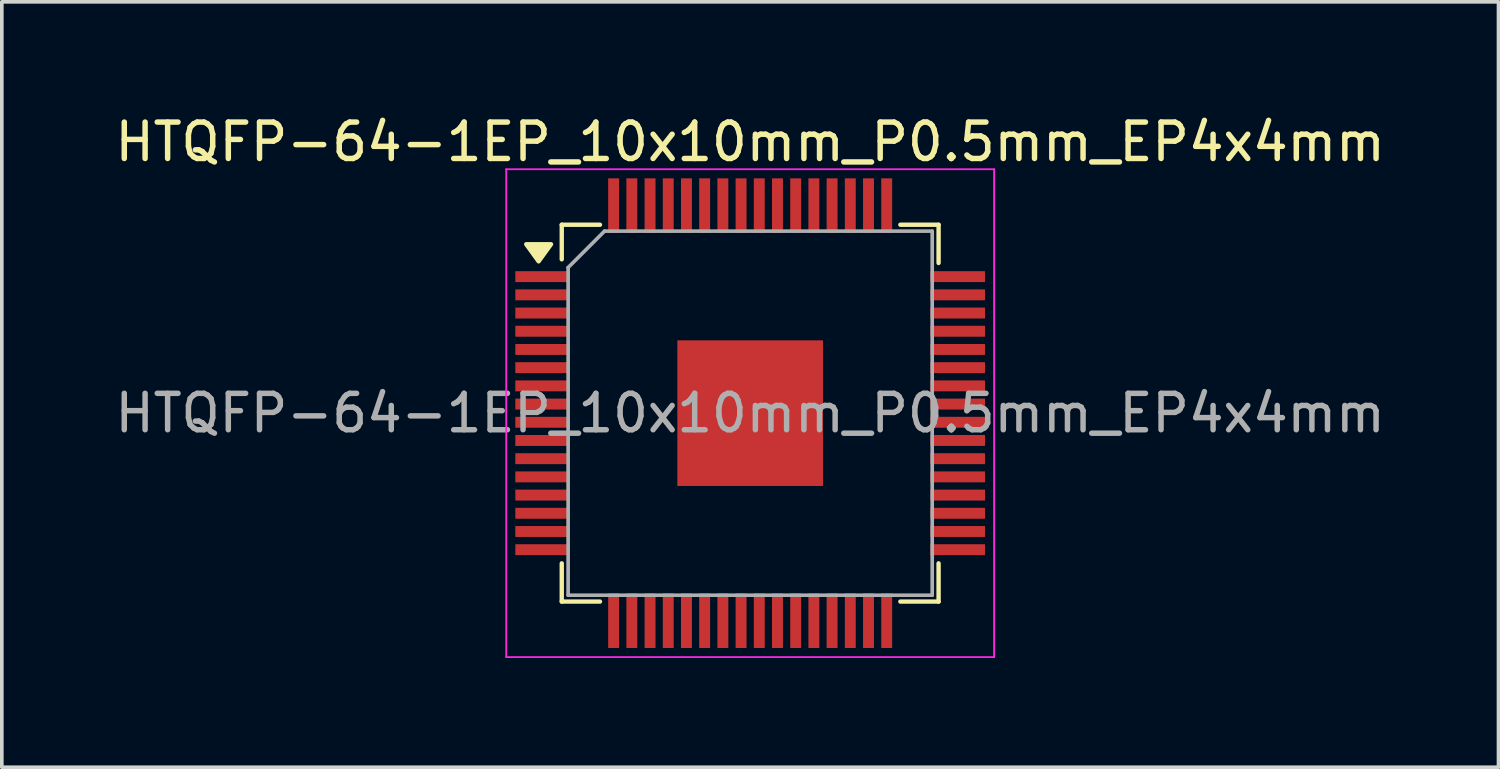
<source format=kicad_pcb>
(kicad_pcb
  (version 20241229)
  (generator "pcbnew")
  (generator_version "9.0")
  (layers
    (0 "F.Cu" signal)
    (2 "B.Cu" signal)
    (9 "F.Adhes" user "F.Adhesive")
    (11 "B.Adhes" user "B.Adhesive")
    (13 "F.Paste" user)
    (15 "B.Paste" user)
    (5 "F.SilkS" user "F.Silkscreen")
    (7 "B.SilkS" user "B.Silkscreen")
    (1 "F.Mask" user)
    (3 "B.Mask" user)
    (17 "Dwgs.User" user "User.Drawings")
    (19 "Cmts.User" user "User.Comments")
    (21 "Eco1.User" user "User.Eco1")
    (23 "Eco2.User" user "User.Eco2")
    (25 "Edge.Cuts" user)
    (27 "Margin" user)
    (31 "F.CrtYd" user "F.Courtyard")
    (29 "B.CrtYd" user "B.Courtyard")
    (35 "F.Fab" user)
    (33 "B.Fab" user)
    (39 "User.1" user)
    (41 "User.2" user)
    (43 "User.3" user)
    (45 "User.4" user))
  (footprint "HTQFP-64-1EP_10x10mm_P0.5mm_EP4x4mm"
    (layer "F.Cu")
    (at 17.554 8.298)
    (property "Reference" "HTQFP-64-1EP_10x10mm_P0.5mm_EP4x4mm" (at 0 -7.45 0) (layer "F.SilkS") (effects (font (size 1 1) (thickness 0.15))))
    (attr smd)
    (fp_line (start -5.175 -5.175) (end -5.175 -4.225) (stroke (width 0.12) (type solid)) (layer "F.SilkS"))
    (fp_line (start -5.175 -5.175) (end -4.125 -5.175) (stroke (width 0.12) (type solid)) (layer "F.SilkS"))
    (fp_line (start -5.175 5.175) (end -5.175 4.125) (stroke (width 0.12) (type solid)) (layer "F.SilkS"))
    (fp_line (start -5.175 5.175) (end -4.125 5.175) (stroke (width 0.12) (type solid)) (layer "F.SilkS"))
    (fp_line (start 5.175 -5.175) (end 4.125 -5.175) (stroke (width 0.12) (type solid)) (layer "F.SilkS"))
    (fp_line (start 5.175 -5.175) (end 5.175 -4.125) (stroke (width 0.12) (type solid)) (layer "F.SilkS"))
    (fp_line (start 5.175 5.175) (end 4.125 5.175) (stroke (width 0.12) (type solid)) (layer "F.SilkS"))
    (fp_line (start 5.175 5.175) (end 5.175 4.125) (stroke (width 0.12) (type solid)) (layer "F.SilkS"))
    (fp_poly (pts (xy -5.81 -4.17) (xy -6.15 -4.64) (xy -5.47 -4.64) (xy -5.81 -4.17)) (stroke (width 0.12) (type solid)) (fill yes) (layer "F.SilkS"))
    (fp_line (start -6.7 -6.7) (end -6.7 6.7) (stroke (width 0.05) (type solid)) (layer "F.CrtYd"))
    (fp_line (start -6.7 -6.7) (end 6.7 -6.7) (stroke (width 0.05) (type solid)) (layer "F.CrtYd"))
    (fp_line (start -6.7 6.7) (end 6.7 6.7) (stroke (width 0.05) (type solid)) (layer "F.CrtYd"))
    (fp_line (start 6.7 -6.7) (end 6.7 6.7) (stroke (width 0.05) (type solid)) (layer "F.CrtYd"))
    (fp_line (start -5 -4) (end -4 -5) (stroke (width 0.1) (type solid)) (layer "F.Fab"))
    (fp_line (start -5 5) (end -5 -4) (stroke (width 0.1) (type solid)) (layer "F.Fab"))
    (fp_line (start -4 -5) (end 5 -5) (stroke (width 0.1) (type solid)) (layer "F.Fab"))
    (fp_line (start 5 -5) (end 5 5) (stroke (width 0.1) (type solid)) (layer "F.Fab"))
    (fp_line (start 5 5) (end -5 5) (stroke (width 0.1) (type solid)) (layer "F.Fab"))
    (fp_text user "${REFERENCE}" (at 0 0 0) (layer "F.Fab") (effects (font (size 1 1) (thickness 0.15))))
    (pad "" smd rect (at -0.9 -0.9 180) (size 1.6 1.6) (layers "F.Paste"))
    (pad "" smd rect (at -0.9 0.9 180) (size 1.6 1.6) (layers "F.Paste"))
    (pad "" smd rect (at 0.9 -0.9 180) (size 1.6 1.6) (layers "F.Paste"))
    (pad "" smd rect (at 0.9 0.9 180) (size 1.6 1.6) (layers "F.Paste"))
    (pad "1" smd rect (at -5.7 -3.75) (size 1.5 0.3) (layers "F.Cu" "F.Mask" "F.Paste"))
    (pad "2" smd rect (at -5.7 -3.25) (size 1.5 0.3) (layers "F.Cu" "F.Mask" "F.Paste"))
    (pad "3" smd rect (at -5.7 -2.75) (size 1.5 0.3) (layers "F.Cu" "F.Mask" "F.Paste"))
    (pad "4" smd rect (at -5.7 -2.25) (size 1.5 0.3) (layers "F.Cu" "F.Mask" "F.Paste"))
    (pad "5" smd rect (at -5.7 -1.75) (size 1.5 0.3) (layers "F.Cu" "F.Mask" "F.Paste"))
    (pad "6" smd rect (at -5.7 -1.25) (size 1.5 0.3) (layers "F.Cu" "F.Mask" "F.Paste"))
    (pad "7" smd rect (at -5.7 -0.75) (size 1.5 0.3) (layers "F.Cu" "F.Mask" "F.Paste"))
    (pad "8" smd rect (at -5.7 -0.25) (size 1.5 0.3) (layers "F.Cu" "F.Mask" "F.Paste"))
    (pad "9" smd rect (at -5.7 0.25) (size 1.5 0.3) (layers "F.Cu" "F.Mask" "F.Paste"))
    (pad "10" smd rect (at -5.7 0.75) (size 1.5 0.3) (layers "F.Cu" "F.Mask" "F.Paste"))
    (pad "11" smd rect (at -5.7 1.25) (size 1.5 0.3) (layers "F.Cu" "F.Mask" "F.Paste"))
    (pad "12" smd rect (at -5.7 1.75) (size 1.5 0.3) (layers "F.Cu" "F.Mask" "F.Paste"))
    (pad "13" smd rect (at -5.7 2.25) (size 1.5 0.3) (layers "F.Cu" "F.Mask" "F.Paste"))
    (pad "14" smd rect (at -5.7 2.75) (size 1.5 0.3) (layers "F.Cu" "F.Mask" "F.Paste"))
    (pad "15" smd rect (at -5.7 3.25) (size 1.5 0.3) (layers "F.Cu" "F.Mask" "F.Paste"))
    (pad "16" smd rect (at -5.7 3.75) (size 1.5 0.3) (layers "F.Cu" "F.Mask" "F.Paste"))
    (pad "17" smd rect (at -3.75 5.7 90) (size 1.5 0.3) (layers "F.Cu" "F.Mask" "F.Paste"))
    (pad "18" smd rect (at -3.25 5.7 90) (size 1.5 0.3) (layers "F.Cu" "F.Mask" "F.Paste"))
    (pad "19" smd rect (at -2.75 5.7 90) (size 1.5 0.3) (layers "F.Cu" "F.Mask" "F.Paste"))
    (pad "20" smd rect (at -2.25 5.7 90) (size 1.5 0.3) (layers "F.Cu" "F.Mask" "F.Paste"))
    (pad "21" smd rect (at -1.75 5.7 90) (size 1.5 0.3) (layers "F.Cu" "F.Mask" "F.Paste"))
    (pad "22" smd rect (at -1.25 5.7 90) (size 1.5 0.3) (layers "F.Cu" "F.Mask" "F.Paste"))
    (pad "23" smd rect (at -0.75 5.7 90) (size 1.5 0.3) (layers "F.Cu" "F.Mask" "F.Paste"))
    (pad "24" smd rect (at -0.25 5.7 90) (size 1.5 0.3) (layers "F.Cu" "F.Mask" "F.Paste"))
    (pad "25" smd rect (at 0.25 5.7 90) (size 1.5 0.3) (layers "F.Cu" "F.Mask" "F.Paste"))
    (pad "26" smd rect (at 0.75 5.7 90) (size 1.5 0.3) (layers "F.Cu" "F.Mask" "F.Paste"))
    (pad "27" smd rect (at 1.25 5.7 90) (size 1.5 0.3) (layers "F.Cu" "F.Mask" "F.Paste"))
    (pad "28" smd rect (at 1.75 5.7 90) (size 1.5 0.3) (layers "F.Cu" "F.Mask" "F.Paste"))
    (pad "29" smd rect (at 2.25 5.7 90) (size 1.5 0.3) (layers "F.Cu" "F.Mask" "F.Paste"))
    (pad "30" smd rect (at 2.75 5.7 90) (size 1.5 0.3) (layers "F.Cu" "F.Mask" "F.Paste"))
    (pad "31" smd rect (at 3.25 5.7 90) (size 1.5 0.3) (layers "F.Cu" "F.Mask" "F.Paste"))
    (pad "32" smd rect (at 3.75 5.7 90) (size 1.5 0.3) (layers "F.Cu" "F.Mask" "F.Paste"))
    (pad "33" smd rect (at 5.7 3.75) (size 1.5 0.3) (layers "F.Cu" "F.Mask" "F.Paste"))
    (pad "34" smd rect (at 5.7 3.25) (size 1.5 0.3) (layers "F.Cu" "F.Mask" "F.Paste"))
    (pad "35" smd rect (at 5.7 2.75) (size 1.5 0.3) (layers "F.Cu" "F.Mask" "F.Paste"))
    (pad "36" smd rect (at 5.7 2.25) (size 1.5 0.3) (layers "F.Cu" "F.Mask" "F.Paste"))
    (pad "37" smd rect (at 5.7 1.75) (size 1.5 0.3) (layers "F.Cu" "F.Mask" "F.Paste"))
    (pad "38" smd rect (at 5.7 1.25) (size 1.5 0.3) (layers "F.Cu" "F.Mask" "F.Paste"))
    (pad "39" smd rect (at 5.7 0.75) (size 1.5 0.3) (layers "F.Cu" "F.Mask" "F.Paste"))
    (pad "40" smd rect (at 5.7 0.25) (size 1.5 0.3) (layers "F.Cu" "F.Mask" "F.Paste"))
    (pad "41" smd rect (at 5.7 -0.25) (size 1.5 0.3) (layers "F.Cu" "F.Mask" "F.Paste"))
    (pad "42" smd rect (at 5.7 -0.75) (size 1.5 0.3) (layers "F.Cu" "F.Mask" "F.Paste"))
    (pad "43" smd rect (at 5.7 -1.25) (size 1.5 0.3) (layers "F.Cu" "F.Mask" "F.Paste"))
    (pad "44" smd rect (at 5.7 -1.75) (size 1.5 0.3) (layers "F.Cu" "F.Mask" "F.Paste"))
    (pad "45" smd rect (at 5.7 -2.25) (size 1.5 0.3) (layers "F.Cu" "F.Mask" "F.Paste"))
    (pad "46" smd rect (at 5.7 -2.75) (size 1.5 0.3) (layers "F.Cu" "F.Mask" "F.Paste"))
    (pad "47" smd rect (at 5.7 -3.25) (size 1.5 0.3) (layers "F.Cu" "F.Mask" "F.Paste"))
    (pad "48" smd rect (at 5.7 -3.75) (size 1.5 0.3) (layers "F.Cu" "F.Mask" "F.Paste"))
    (pad "49" smd rect (at 3.75 -5.7 90) (size 1.5 0.3) (layers "F.Cu" "F.Mask" "F.Paste"))
    (pad "50" smd rect (at 3.25 -5.7 90) (size 1.5 0.3) (layers "F.Cu" "F.Mask" "F.Paste"))
    (pad "51" smd rect (at 2.75 -5.7 90) (size 1.5 0.3) (layers "F.Cu" "F.Mask" "F.Paste"))
    (pad "52" smd rect (at 2.25 -5.7 90) (size 1.5 0.3) (layers "F.Cu" "F.Mask" "F.Paste"))
    (pad "53" smd rect (at 1.75 -5.7 90) (size 1.5 0.3) (layers "F.Cu" "F.Mask" "F.Paste"))
    (pad "54" smd rect (at 1.25 -5.7 90) (size 1.5 0.3) (layers "F.Cu" "F.Mask" "F.Paste"))
    (pad "55" smd rect (at 0.75 -5.7 90) (size 1.5 0.3) (layers "F.Cu" "F.Mask" "F.Paste"))
    (pad "56" smd rect (at 0.25 -5.7 90) (size 1.5 0.3) (layers "F.Cu" "F.Mask" "F.Paste"))
    (pad "57" smd rect (at -0.25 -5.7 90) (size 1.5 0.3) (layers "F.Cu" "F.Mask" "F.Paste"))
    (pad "58" smd rect (at -0.75 -5.7 90) (size 1.5 0.3) (layers "F.Cu" "F.Mask" "F.Paste"))
    (pad "59" smd rect (at -1.25 -5.7 90) (size 1.5 0.3) (layers "F.Cu" "F.Mask" "F.Paste"))
    (pad "60" smd rect (at -1.75 -5.7 90) (size 1.5 0.3) (layers "F.Cu" "F.Mask" "F.Paste"))
    (pad "61" smd rect (at -2.25 -5.7 90) (size 1.5 0.3) (layers "F.Cu" "F.Mask" "F.Paste"))
    (pad "62" smd rect (at -2.75 -5.7 90) (size 1.5 0.3) (layers "F.Cu" "F.Mask" "F.Paste"))
    (pad "63" smd rect (at -3.25 -5.7 90) (size 1.5 0.3) (layers "F.Cu" "F.Mask" "F.Paste"))
    (pad "64" smd rect (at -3.75 -5.7 90) (size 1.5 0.3) (layers "F.Cu" "F.Mask" "F.Paste"))
    (pad "65" smd rect (at 0 0 180) (size 4 4) (layers "F.Cu" "F.Mask")))
  (gr_rect
    (start -3 -3)
    (end 38.107 18.023)
    (stroke (width 0.1) (type default))
    (fill no)
    (layer "Edge.Cuts")))
</source>
